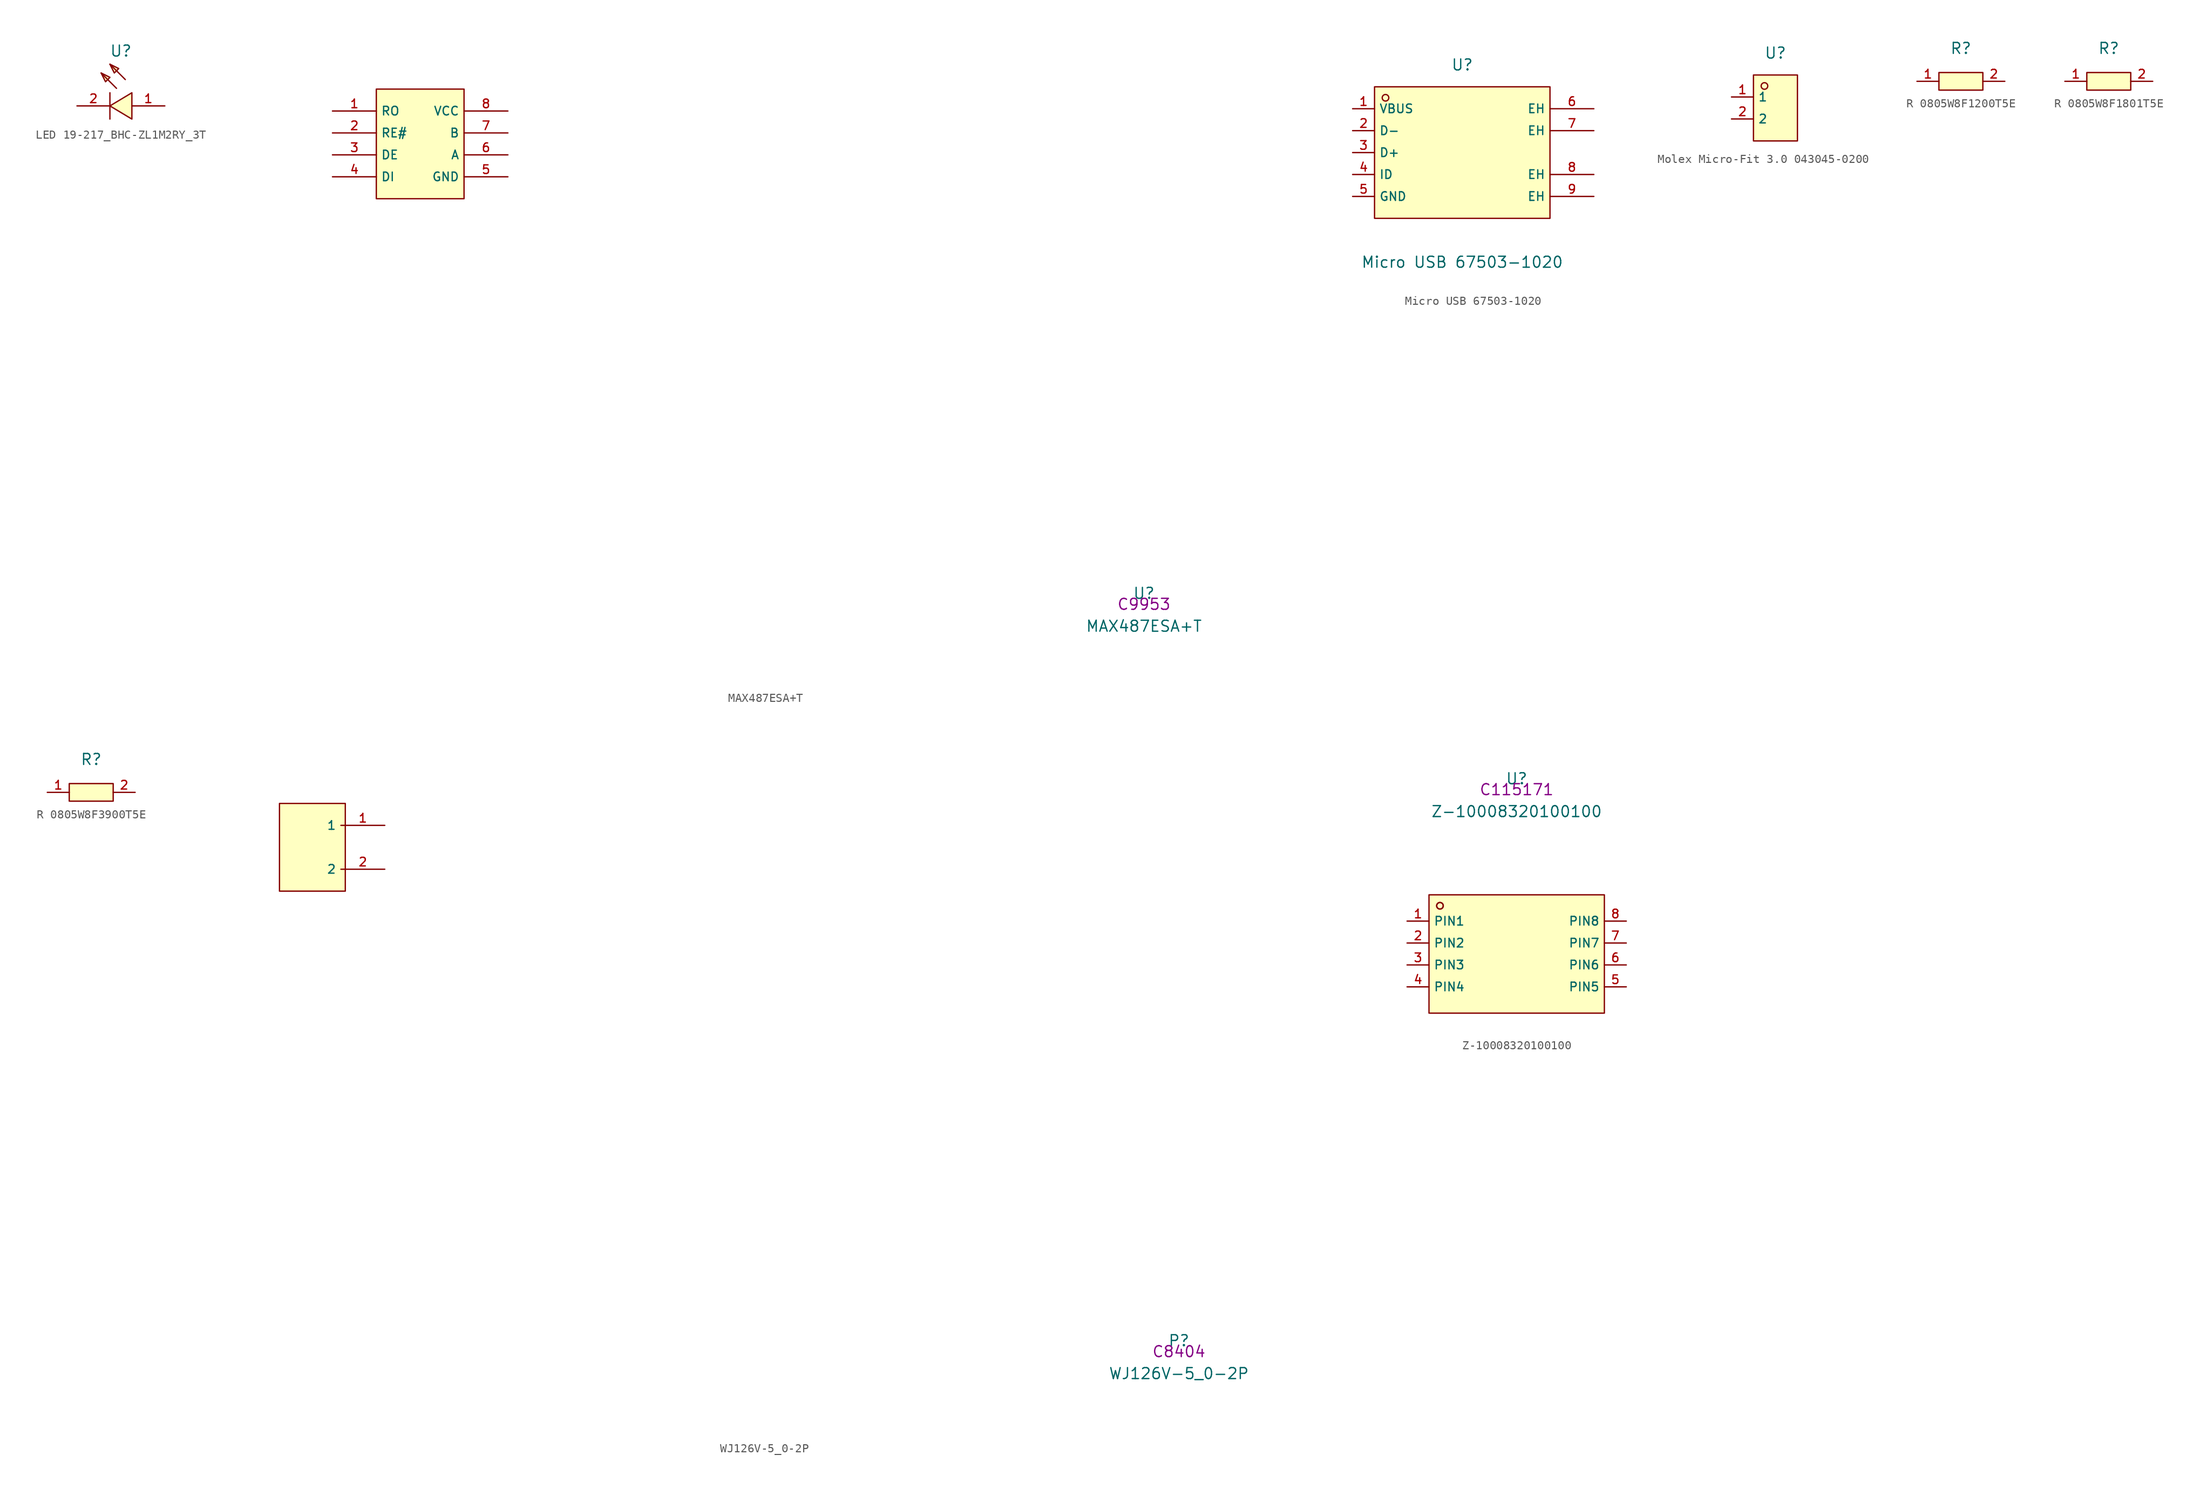
<source format=kicad_sym>
(kicad_symbol_lib
  (version 20211014)
  (generator kicad_symbol_editor)
  (symbol "LED 19-217_BHC-ZL1M2RY_3T"
    (pin_names hide)
    (property "Reference" "U"
      (at 0 6.35 0)
      (effects (font (size 1.27 1.27))))
    (symbol "LED 19-217_BHC-ZL1M2RY_3T_0_0"
      (polyline (pts (xy -1.27 1.524) (xy -1.27 -1.524)) (stroke (width 0) (type default) (color 0 0 0 0)) (fill (type none)))
      (polyline (pts (xy -0.508 2.032) (xy -2.286 3.81)) (stroke (width 0) (type default) (color 0 0 0 0)) (fill (type none)))
      (polyline (pts (xy 0.508 3.048) (xy -1.27 4.826)) (stroke (width 0) (type default) (color 0 0 0 0)) (fill (type none)))
      (polyline (pts (xy -2.286 3.81) (xy -1.27 3.302) (xy -1.778 2.794) (xy -2.286 3.81)) (stroke (width 0) (type default) (color 0 0 0 0)) (fill (type background)))
      (polyline (pts (xy -1.27 4.826) (xy -0.254 4.318) (xy -0.762 3.81) (xy -1.27 4.826)) (stroke (width 0) (type default) (color 0 0 0 0)) (fill (type background)))
      (polyline (pts (xy 1.27 -1.524) (xy -1.27 0) (xy 1.27 1.524) (xy 1.27 -1.524)) (stroke (width 0) (type default) (color 0 0 0 0)) (fill (type background)))
      (pin input line (at 5.08 0 180) (length 3.81) (name "A" (effects (font (size 1 1)))) (number "1" (effects (font (size 1 1)))))
      (pin input line (at -5.08 0 0) (length 3.81) (name "C" (effects (font (size 1 1)))) (number "2" (effects (font (size 1 1)))))))
  (symbol "MAX487ESA+T"
    (property "Reference" "U"
      (at 0 1.27 0)
      (effects (font (size 1.27 1.27))))
    (property "Value" "MAX487ESA+T"
      (at 0 -2.54 0)
      (effects (font (size 1.27 1.27))))
    (property "LCSC" "C9953"
      (at 0 0 0)
      (effects (font (size 1.27 1.27))))
    (symbol "MAX487ESA+T_0_0"
      (rectangle (start -88.9 59.69) (end -78.74 46.99) (stroke (width 0) (type default) (color 0 0 0 0)) (fill (type background)))
      (pin unspecified line (at -93.98 57.15 0) (length 5.08) (name "RO" (effects (font (size 1 1)))) (number "1" (effects (font (size 1 1)))))
      (pin unspecified line (at -93.98 54.61 0) (length 5.08) (name "RE#" (effects (font (size 1 1)))) (number "2" (effects (font (size 1 1)))))
      (pin unspecified line (at -93.98 52.07 0) (length 5.08) (name "DE" (effects (font (size 1 1)))) (number "3" (effects (font (size 1 1)))))
      (pin unspecified line (at -93.98 49.53 0) (length 5.08) (name "DI" (effects (font (size 1 1)))) (number "4" (effects (font (size 1 1)))))
      (pin unspecified line (at -73.66 49.53 180) (length 5.08) (name "GND" (effects (font (size 1 1)))) (number "5" (effects (font (size 1 1)))))
      (pin unspecified line (at -73.66 52.07 180) (length 5.08) (name "A" (effects (font (size 1 1)))) (number "6" (effects (font (size 1 1)))))
      (pin unspecified line (at -73.66 54.61 180) (length 5.08) (name "B" (effects (font (size 1 1)))) (number "7" (effects (font (size 1 1)))))
      (pin unspecified line (at -73.66 57.15 180) (length 5.08) (name "VCC" (effects (font (size 1 1)))) (number "8" (effects (font (size 1 1)))))))
  (symbol "Micro USB 67503-1020"
    (property "Reference" "U"
      (at 0 10.16 0)
      (effects (font (size 1.27 1.27))))
    (property "Value" "Micro USB 67503-1020"
      (at 0 -12.7 0)
      (effects (font (size 1.27 1.27))))
    (symbol "Micro USB 67503-1020_0_0"
      (rectangle (start -10.16 7.62) (end 10.16 -7.62) (stroke (width 0) (type default) (color 0 0 0 0)) (fill (type background)))
      (circle (center -8.89 6.35) (radius 0.381) (stroke (width 0) (type default) (color 0 0 0 0)) (fill (type background)))
      (pin power_in line (at -12.7 5.08 0) (length 2.54) (name "VBUS" (effects (font (size 1 1)))) (number "1" (effects (font (size 1 1)))))
      (pin input line (at -12.7 2.54 0) (length 2.54) (name "D-" (effects (font (size 1 1)))) (number "2" (effects (font (size 1 1)))))
      (pin input line (at -12.7 0 0) (length 2.54) (name "D+" (effects (font (size 1 1)))) (number "3" (effects (font (size 1 1)))))
      (pin input line (at -12.7 -2.54 0) (length 2.54) (name "ID" (effects (font (size 1 1)))) (number "4" (effects (font (size 1 1)))))
      (pin power_in line (at -12.7 -5.08 0) (length 2.54) (name "GND" (effects (font (size 1 1)))) (number "5" (effects (font (size 1 1)))))
      (pin unspecified line (at 15.24 5.08 180) (length 5.08) (name "EH" (effects (font (size 1 1)))) (number "6" (effects (font (size 1 1)))))
      (pin unspecified line (at 15.24 2.54 180) (length 5.08) (name "EH" (effects (font (size 1 1)))) (number "7" (effects (font (size 1 1)))))
      (pin unspecified line (at 15.24 -2.54 180) (length 5.08) (name "EH" (effects (font (size 1 1)))) (number "8" (effects (font (size 1 1)))))
      (pin unspecified line (at 15.24 -5.08 180) (length 5.08) (name "EH" (effects (font (size 1 1)))) (number "9" (effects (font (size 1 1)))))))
  (symbol "Molex Micro-Fit 3.0 043045-0200"
    (property "Reference" "U"
      (at 0 6.35 0)
      (effects (font (size 1.27 1.27))))
    (symbol "Molex Micro-Fit 3.0 043045-0200_0_0"
      (rectangle (start -2.54 3.81) (end 2.54 -3.81) (stroke (width 0) (type default) (color 0 0 0 0)) (fill (type background)))
      (circle (center -1.27 2.54) (radius 0.381) (stroke (width 0) (type default) (color 0 0 0 0)) (fill (type background)))
      (pin passive line (at -5.08 1.27 0) (length 2.54) (name "1" (effects (font (size 1 1)))) (number "1" (effects (font (size 1 1)))))
      (pin passive line (at -5.08 -1.27 0) (length 2.54) (name "2" (effects (font (size 1 1)))) (number "2" (effects (font (size 1 1)))))))
  (symbol "R 0805W8F1200T5E"
    (pin_names hide)
    (property "Reference" "R"
      (at 0 3.81 0)
      (effects (font (size 1.27 1.27))))
    (symbol "R 0805W8F1200T5E_0_0"
      (rectangle (start -2.54 1.016) (end 2.54 -1.016) (stroke (width 0) (type default) (color 0 0 0 0)) (fill (type background)))
      (pin input line (at -5.08 0 0) (length 2.54) (name "1" (effects (font (size 1 1)))) (number "1" (effects (font (size 1 1)))))
      (pin input line (at 5.08 0 180) (length 2.54) (name "2" (effects (font (size 1 1)))) (number "2" (effects (font (size 1 1)))))))
  (symbol "R 0805W8F1801T5E"
    (pin_names hide)
    (property "Reference" "R"
      (at 0 3.81 0)
      (effects (font (size 1.27 1.27))))
    (symbol "R 0805W8F1801T5E_0_0"
      (rectangle (start -2.54 1.016) (end 2.54 -1.016) (stroke (width 0) (type default) (color 0 0 0 0)) (fill (type background)))
      (pin input line (at -5.08 0 0) (length 2.54) (name "1" (effects (font (size 1 1)))) (number "1" (effects (font (size 1 1)))))
      (pin input line (at 5.08 0 180) (length 2.54) (name "2" (effects (font (size 1 1)))) (number "2" (effects (font (size 1 1)))))))
  (symbol "R 0805W8F3900T5E"
    (pin_names hide)
    (property "Reference" "R"
      (at 0 3.81 0)
      (effects (font (size 1.27 1.27))))
    (symbol "R 0805W8F3900T5E_0_0"
      (rectangle (start -2.54 1.016) (end 2.54 -1.016) (stroke (width 0) (type default) (color 0 0 0 0)) (fill (type background)))
      (pin input line (at -5.08 0 0) (length 2.54) (name "1" (effects (font (size 1 1)))) (number "1" (effects (font (size 1 1)))))
      (pin input line (at 5.08 0 180) (length 2.54) (name "2" (effects (font (size 1 1)))) (number "2" (effects (font (size 1 1)))))))
  (symbol "WJ126V-5_0-2P"
    (property "Reference" "P"
      (at 0 1.27 0)
      (effects (font (size 1.27 1.27))))
    (property "Value" "WJ126V-5_0-2P"
      (at 0 -2.54 0)
      (effects (font (size 1.27 1.27))))
    (property "LCSC" "C8404"
      (at 0 0 0)
      (effects (font (size 1.27 1.27))))
    (symbol "WJ126V-5_0-2P_0_0"
      (rectangle (start -104.14 63.5) (end -96.52 53.34) (stroke (width 0) (type default) (color 0 0 0 0)) (fill (type background)))
      (pin input line (at -91.948 60.96 180) (length 5.08) (name "1" (effects (font (size 1 1)))) (number "1" (effects (font (size 1 1)))))
      (pin input line (at -91.948 55.88 180) (length 5.08) (name "2" (effects (font (size 1 1)))) (number "2" (effects (font (size 1 1)))))))
  (symbol "Z-10008320100100"
    (property "Reference" "U"
      (at 0 1.27 0)
      (effects (font (size 1.27 1.27))))
    (property "Value" "Z-10008320100100"
      (at 0 -2.54 0)
      (effects (font (size 1.27 1.27))))
    (property "LCSC" "C115171"
      (at 0 0 0)
      (effects (font (size 1.27 1.27))))
    (symbol "Z-10008320100100_0_0"
      (rectangle (start -10.16 -12.192) (end 10.16 -25.908) (stroke (width 0) (type default) (color 0 0 0 0)) (fill (type background)))
      (circle (center -8.89 -13.462) (radius 0.381) (stroke (width 0) (type default) (color 0 0 0 0)) (fill (type background)))
      (circle (center -8.89 -13.462) (radius 0.381) (stroke (width 0) (type default) (color 0 0 0 0)) (fill (type background)))
      (pin unspecified line (at -12.7 -15.24 0) (length 2.54) (name "PIN1" (effects (font (size 1 1)))) (number "1" (effects (font (size 1 1)))))
      (pin unspecified line (at -12.7 -17.78 0) (length 2.54) (name "PIN2" (effects (font (size 1 1)))) (number "2" (effects (font (size 1 1)))))
      (pin unspecified line (at -12.7 -20.32 0) (length 2.54) (name "PIN3" (effects (font (size 1 1)))) (number "3" (effects (font (size 1 1)))))
      (pin unspecified line (at -12.7 -22.86 0) (length 2.54) (name "PIN4" (effects (font (size 1 1)))) (number "4" (effects (font (size 1 1)))))
      (pin unspecified line (at 12.7 -22.86 180) (length 2.54) (name "PIN5" (effects (font (size 1 1)))) (number "5" (effects (font (size 1 1)))))
      (pin unspecified line (at 12.7 -20.32 180) (length 2.54) (name "PIN6" (effects (font (size 1 1)))) (number "6" (effects (font (size 1 1)))))
      (pin unspecified line (at 12.7 -17.78 180) (length 2.54) (name "PIN7" (effects (font (size 1 1)))) (number "7" (effects (font (size 1 1)))))
      (pin unspecified line (at 12.7 -15.24 180) (length 2.54) (name "PIN8" (effects (font (size 1 1)))) (number "8" (effects (font (size 1 1))))))))
</source>
